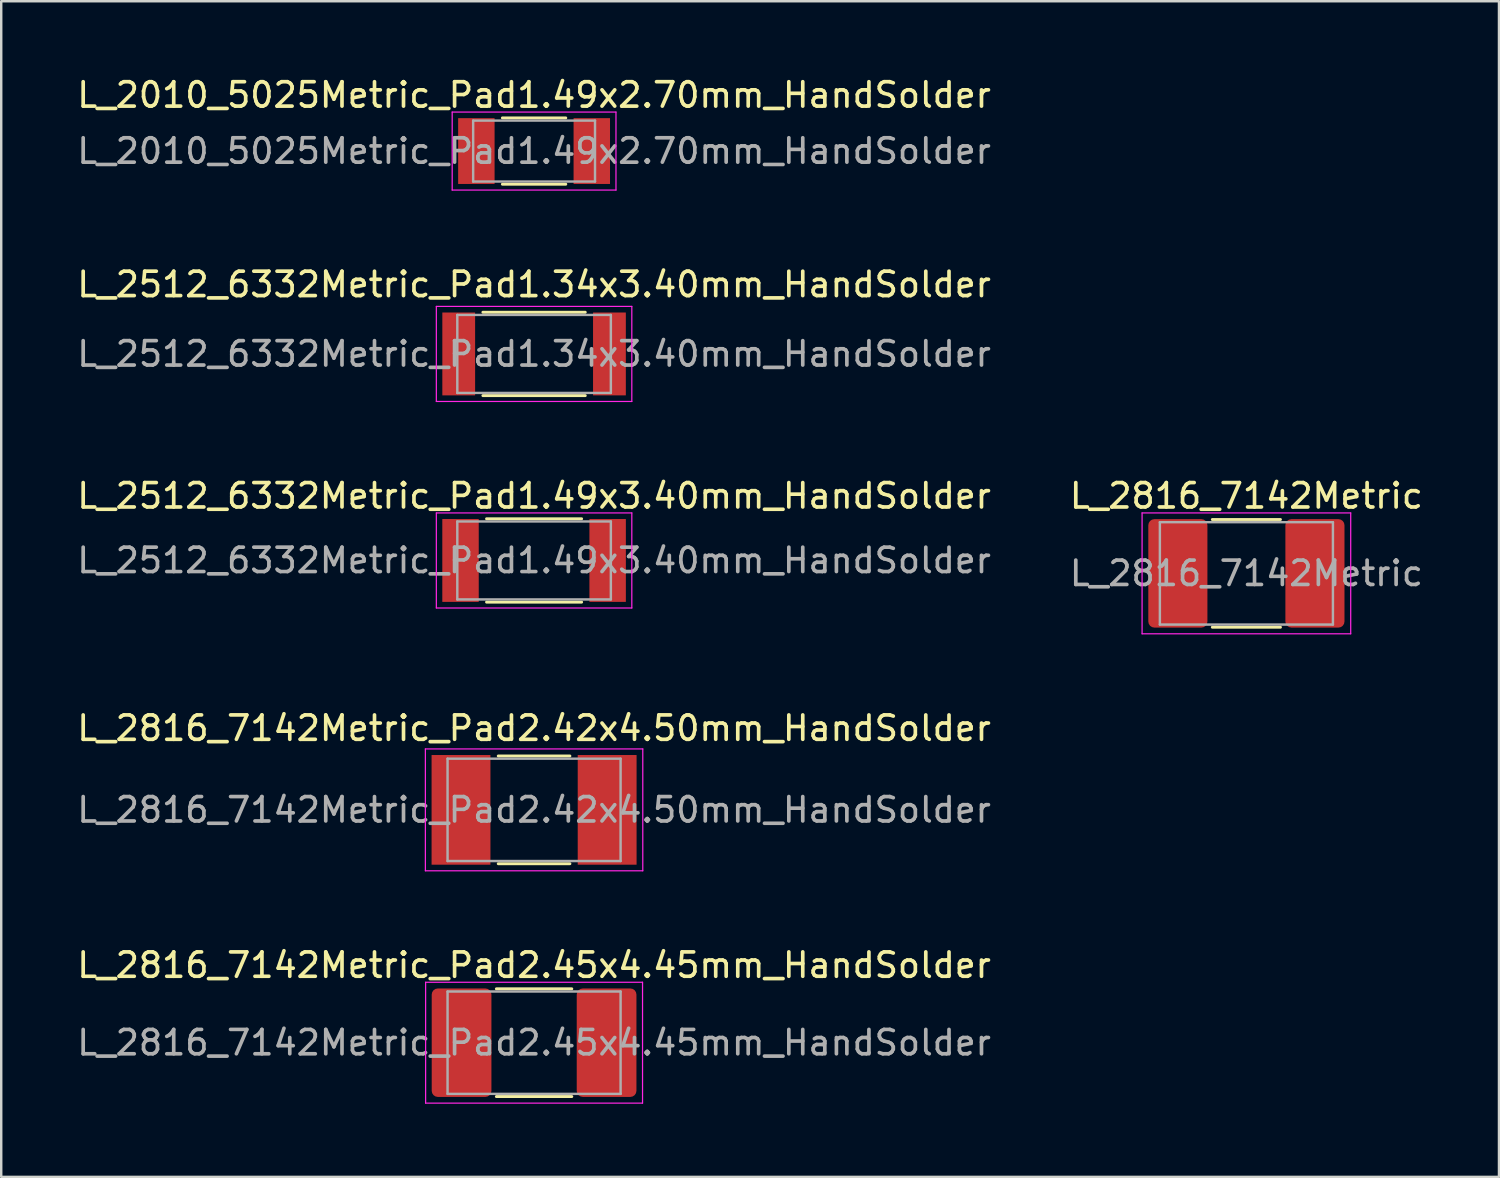
<source format=kicad_pcb>
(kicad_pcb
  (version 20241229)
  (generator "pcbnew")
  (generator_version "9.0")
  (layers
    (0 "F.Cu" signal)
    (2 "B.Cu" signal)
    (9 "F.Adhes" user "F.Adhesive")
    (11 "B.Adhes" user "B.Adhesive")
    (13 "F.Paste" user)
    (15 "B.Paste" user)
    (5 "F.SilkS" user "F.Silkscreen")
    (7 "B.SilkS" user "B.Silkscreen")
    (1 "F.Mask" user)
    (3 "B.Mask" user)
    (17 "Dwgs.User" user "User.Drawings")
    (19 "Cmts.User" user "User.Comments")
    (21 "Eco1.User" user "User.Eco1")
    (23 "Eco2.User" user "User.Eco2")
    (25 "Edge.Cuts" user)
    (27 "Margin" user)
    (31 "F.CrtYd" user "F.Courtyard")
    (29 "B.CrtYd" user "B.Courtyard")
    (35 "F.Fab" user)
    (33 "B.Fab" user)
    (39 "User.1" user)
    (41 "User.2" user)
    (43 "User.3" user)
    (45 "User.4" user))
  (footprint "L_2512_6332Metric_Pad1.49x3.40mm_HandSolder"
    (layer "F.Cu")
    (at 18.863 19.945)
    (property "Reference" "L_2512_6332Metric_Pad1.49x3.40mm_HandSolder" (at 0 -2.65 0) (layer "F.SilkS") (effects (font (size 1 1) (thickness 0.15))))
    (attr smd)
    (fp_line (start -1.95 -1.71) (end 1.95 -1.71) (stroke (width 0.12) (type solid)) (layer "F.SilkS"))
    (fp_line (start -1.95 1.71) (end 1.95 1.71) (stroke (width 0.12) (type solid)) (layer "F.SilkS"))
    (fp_line (start -4.01 -1.95) (end 4.01 -1.95) (stroke (width 0.05) (type solid)) (layer "F.CrtYd"))
    (fp_line (start -4.01 1.95) (end -4.01 -1.95) (stroke (width 0.05) (type solid)) (layer "F.CrtYd"))
    (fp_line (start 4.01 -1.95) (end 4.01 1.95) (stroke (width 0.05) (type solid)) (layer "F.CrtYd"))
    (fp_line (start 4.01 1.95) (end -4.01 1.95) (stroke (width 0.05) (type solid)) (layer "F.CrtYd"))
    (fp_line (start -3.15 -1.6) (end 3.15 -1.6) (stroke (width 0.1) (type solid)) (layer "F.Fab"))
    (fp_line (start -3.15 1.6) (end -3.15 -1.6) (stroke (width 0.1) (type solid)) (layer "F.Fab"))
    (fp_line (start 3.15 -1.6) (end 3.15 1.6) (stroke (width 0.1) (type solid)) (layer "F.Fab"))
    (fp_line (start 3.15 1.6) (end -3.15 1.6) (stroke (width 0.1) (type solid)) (layer "F.Fab"))
    (fp_text user "${REFERENCE}" (at 0 0 0) (layer "F.Fab") (effects (font (size 1 1) (thickness 0.15))))
    (pad "1" smd rect (at -3.018 0) (size 1.495 3.4) (layers "F.Cu" "F.Mask" "F.Paste"))
    (pad "2" smd rect (at 3.018 0) (size 1.495 3.4) (layers "F.Cu" "F.Mask" "F.Paste")))
  (footprint "L_2816_7142Metric"
    (layer "F.Cu")
    (at 48.089 20.475)
    (property "Reference" "L_2816_7142Metric" (at 0 -3.18 0) (layer "F.SilkS") (effects (font (size 1 1) (thickness 0.15))))
    (attr smd)
    (fp_line (start -1.397 -2.21) (end 1.397 -2.21) (stroke (width 0.12) (type solid)) (layer "F.SilkS"))
    (fp_line (start -1.397 2.21) (end 1.397 2.21) (stroke (width 0.12) (type solid)) (layer "F.SilkS"))
    (fp_line (start -4.28 -2.48) (end 4.28 -2.48) (stroke (width 0.05) (type solid)) (layer "F.CrtYd"))
    (fp_line (start -4.28 2.48) (end -4.28 -2.48) (stroke (width 0.05) (type solid)) (layer "F.CrtYd"))
    (fp_line (start 4.28 -2.48) (end 4.28 2.48) (stroke (width 0.05) (type solid)) (layer "F.CrtYd"))
    (fp_line (start 4.28 2.48) (end -4.28 2.48) (stroke (width 0.05) (type solid)) (layer "F.CrtYd"))
    (fp_line (start -3.55 -2.1) (end 3.55 -2.1) (stroke (width 0.1) (type solid)) (layer "F.Fab"))
    (fp_line (start -3.55 2.1) (end -3.55 -2.1) (stroke (width 0.1) (type solid)) (layer "F.Fab"))
    (fp_line (start 3.55 -2.1) (end 3.55 2.1) (stroke (width 0.1) (type solid)) (layer "F.Fab"))
    (fp_line (start 3.55 2.1) (end -3.55 2.1) (stroke (width 0.1) (type solid)) (layer "F.Fab"))
    (fp_text user "${REFERENCE}" (at 0 0 0) (layer "F.Fab") (effects (font (size 1 1) (thickness 0.15))))
    (pad "1" smd roundrect (at -2.812 0) (size 2.425 4.45) (layers "F.Cu" "F.Mask" "F.Paste") (roundrect_rratio 0.103))
    (pad "2" smd roundrect (at 2.812 0) (size 2.425 4.45) (layers "F.Cu" "F.Mask" "F.Paste") (roundrect_rratio 0.103)))
  (footprint "L_2816_7142Metric_Pad2.45x4.45mm_HandSolder"
    (layer "F.Cu")
    (at 18.863 39.731)
    (property "Reference" "L_2816_7142Metric_Pad2.45x4.45mm_HandSolder" (at 0 -3.18 0) (layer "F.SilkS") (effects (font (size 1 1) (thickness 0.15))))
    (attr smd)
    (fp_line (start -1.547 -2.21) (end 1.547 -2.21) (stroke (width 0.12) (type solid)) (layer "F.SilkS"))
    (fp_line (start -1.547 2.21) (end 1.547 2.21) (stroke (width 0.12) (type solid)) (layer "F.SilkS"))
    (fp_line (start -4.45 -2.48) (end 4.45 -2.48) (stroke (width 0.05) (type solid)) (layer "F.CrtYd"))
    (fp_line (start -4.45 2.48) (end -4.45 -2.48) (stroke (width 0.05) (type solid)) (layer "F.CrtYd"))
    (fp_line (start 4.45 -2.48) (end 4.45 2.48) (stroke (width 0.05) (type solid)) (layer "F.CrtYd"))
    (fp_line (start 4.45 2.48) (end -4.45 2.48) (stroke (width 0.05) (type solid)) (layer "F.CrtYd"))
    (fp_line (start -3.55 -2.1) (end 3.55 -2.1) (stroke (width 0.1) (type solid)) (layer "F.Fab"))
    (fp_line (start -3.55 2.1) (end -3.55 -2.1) (stroke (width 0.1) (type solid)) (layer "F.Fab"))
    (fp_line (start 3.55 -2.1) (end 3.55 2.1) (stroke (width 0.1) (type solid)) (layer "F.Fab"))
    (fp_line (start 3.55 2.1) (end -3.55 2.1) (stroke (width 0.1) (type solid)) (layer "F.Fab"))
    (fp_text user "${REFERENCE}" (at 0 0 0) (layer "F.Fab") (effects (font (size 1 1) (thickness 0.15))))
    (pad "1" smd roundrect (at -2.975 0) (size 2.45 4.45) (layers "F.Cu" "F.Mask" "F.Paste") (roundrect_rratio 0.102))
    (pad "2" smd roundrect (at 2.975 0) (size 2.45 4.45) (layers "F.Cu" "F.Mask" "F.Paste") (roundrect_rratio 0.102)))
  (footprint "L_2010_5025Metric_Pad1.49x2.70mm_HandSolder"
    (layer "F.Cu")
    (at 18.863 3.148)
    (property "Reference" "L_2010_5025Metric_Pad1.49x2.70mm_HandSolder" (at 0 -2.3 0) (layer "F.SilkS") (effects (font (size 1 1) (thickness 0.15))))
    (attr smd)
    (fp_line (start -1.3 -1.36) (end 1.3 -1.36) (stroke (width 0.12) (type solid)) (layer "F.SilkS"))
    (fp_line (start -1.3 1.36) (end 1.3 1.36) (stroke (width 0.12) (type solid)) (layer "F.SilkS"))
    (fp_line (start -3.36 -1.6) (end 3.36 -1.6) (stroke (width 0.05) (type solid)) (layer "F.CrtYd"))
    (fp_line (start -3.36 1.6) (end -3.36 -1.6) (stroke (width 0.05) (type solid)) (layer "F.CrtYd"))
    (fp_line (start 3.36 -1.6) (end 3.36 1.6) (stroke (width 0.05) (type solid)) (layer "F.CrtYd"))
    (fp_line (start 3.36 1.6) (end -3.36 1.6) (stroke (width 0.05) (type solid)) (layer "F.CrtYd"))
    (fp_line (start -2.5 -1.25) (end 2.5 -1.25) (stroke (width 0.1) (type solid)) (layer "F.Fab"))
    (fp_line (start -2.5 1.25) (end -2.5 -1.25) (stroke (width 0.1) (type solid)) (layer "F.Fab"))
    (fp_line (start 2.5 -1.25) (end 2.5 1.25) (stroke (width 0.1) (type solid)) (layer "F.Fab"))
    (fp_line (start 2.5 1.25) (end -2.5 1.25) (stroke (width 0.1) (type solid)) (layer "F.Fab"))
    (fp_text user "${REFERENCE}" (at 0 0 0) (layer "F.Fab") (effects (font (size 1 1) (thickness 0.15))))
    (pad "1" smd rect (at -2.368 0) (size 1.495 2.7) (layers "F.Cu" "F.Mask" "F.Paste"))
    (pad "2" smd rect (at 2.368 0) (size 1.495 2.7) (layers "F.Cu" "F.Mask" "F.Paste")))
  (footprint "L_2512_6332Metric_Pad1.34x3.40mm_HandSolder"
    (layer "F.Cu")
    (at 18.863 11.472)
    (property "Reference" "L_2512_6332Metric_Pad1.34x3.40mm_HandSolder" (at 0 -2.85 0) (layer "F.SilkS") (effects (font (size 1 1) (thickness 0.15))))
    (attr smd)
    (fp_line (start -2.1 -1.71) (end 2.1 -1.71) (stroke (width 0.12) (type solid)) (layer "F.SilkS"))
    (fp_line (start -2.1 1.71) (end 2.1 1.71) (stroke (width 0.12) (type solid)) (layer "F.SilkS"))
    (fp_line (start -4.01 -1.95) (end 4.01 -1.95) (stroke (width 0.05) (type solid)) (layer "F.CrtYd"))
    (fp_line (start -4.01 1.95) (end -4.01 -1.95) (stroke (width 0.05) (type solid)) (layer "F.CrtYd"))
    (fp_line (start 4.01 -1.95) (end 4.01 1.95) (stroke (width 0.05) (type solid)) (layer "F.CrtYd"))
    (fp_line (start 4.01 1.95) (end -4.01 1.95) (stroke (width 0.05) (type solid)) (layer "F.CrtYd"))
    (fp_line (start -3.15 -1.6) (end 3.15 -1.6) (stroke (width 0.1) (type solid)) (layer "F.Fab"))
    (fp_line (start -3.15 1.6) (end -3.15 -1.6) (stroke (width 0.1) (type solid)) (layer "F.Fab"))
    (fp_line (start 3.15 -1.6) (end 3.15 1.6) (stroke (width 0.1) (type solid)) (layer "F.Fab"))
    (fp_line (start 3.15 1.6) (end -3.15 1.6) (stroke (width 0.1) (type solid)) (layer "F.Fab"))
    (fp_text user "${REFERENCE}" (at 0 0 0) (layer "F.Fab") (effects (font (size 1 1) (thickness 0.15))))
    (pad "1" smd rect (at -3.092 0) (size 1.345 3.4) (layers "F.Cu" "F.Mask" "F.Paste"))
    (pad "2" smd rect (at 3.092 0) (size 1.345 3.4) (layers "F.Cu" "F.Mask" "F.Paste")))
  (footprint "L_2816_7142Metric_Pad2.42x4.50mm_HandSolder"
    (layer "F.Cu")
    (at 18.863 30.178)
    (property "Reference" "L_2816_7142Metric_Pad2.42x4.50mm_HandSolder" (at 0 -3.35 0) (layer "F.SilkS") (effects (font (size 1 1) (thickness 0.15))))
    (attr smd)
    (fp_line (start -1.47 -2.21) (end 1.47 -2.21) (stroke (width 0.12) (type solid)) (layer "F.SilkS"))
    (fp_line (start -1.47 2.21) (end 1.47 2.21) (stroke (width 0.12) (type solid)) (layer "F.SilkS"))
    (fp_line (start -4.46 -2.5) (end 4.46 -2.5) (stroke (width 0.05) (type solid)) (layer "F.CrtYd"))
    (fp_line (start -4.46 2.5) (end -4.46 -2.5) (stroke (width 0.05) (type solid)) (layer "F.CrtYd"))
    (fp_line (start 4.46 -2.5) (end 4.46 2.5) (stroke (width 0.05) (type solid)) (layer "F.CrtYd"))
    (fp_line (start 4.46 2.5) (end -4.46 2.5) (stroke (width 0.05) (type solid)) (layer "F.CrtYd"))
    (fp_line (start -3.55 -2.1) (end 3.55 -2.1) (stroke (width 0.1) (type solid)) (layer "F.Fab"))
    (fp_line (start -3.55 2.1) (end -3.55 -2.1) (stroke (width 0.1) (type solid)) (layer "F.Fab"))
    (fp_line (start 3.55 -2.1) (end 3.55 2.1) (stroke (width 0.1) (type solid)) (layer "F.Fab"))
    (fp_line (start 3.55 2.1) (end -3.55 2.1) (stroke (width 0.1) (type solid)) (layer "F.Fab"))
    (fp_text user "${REFERENCE}" (at 0 0 0) (layer "F.Fab") (effects (font (size 1 1) (thickness 0.15))))
    (pad "1" smd rect (at -2.998 0) (size 2.415 4.5) (layers "F.Cu" "F.Mask" "F.Paste"))
    (pad "2" smd rect (at 2.998 0) (size 2.415 4.5) (layers "F.Cu" "F.Mask" "F.Paste")))
  (gr_rect
    (start -3 -3)
    (end 58.452 45.236)
    (stroke (width 0.1) (type default))
    (fill no)
    (layer "Edge.Cuts")))
</source>
